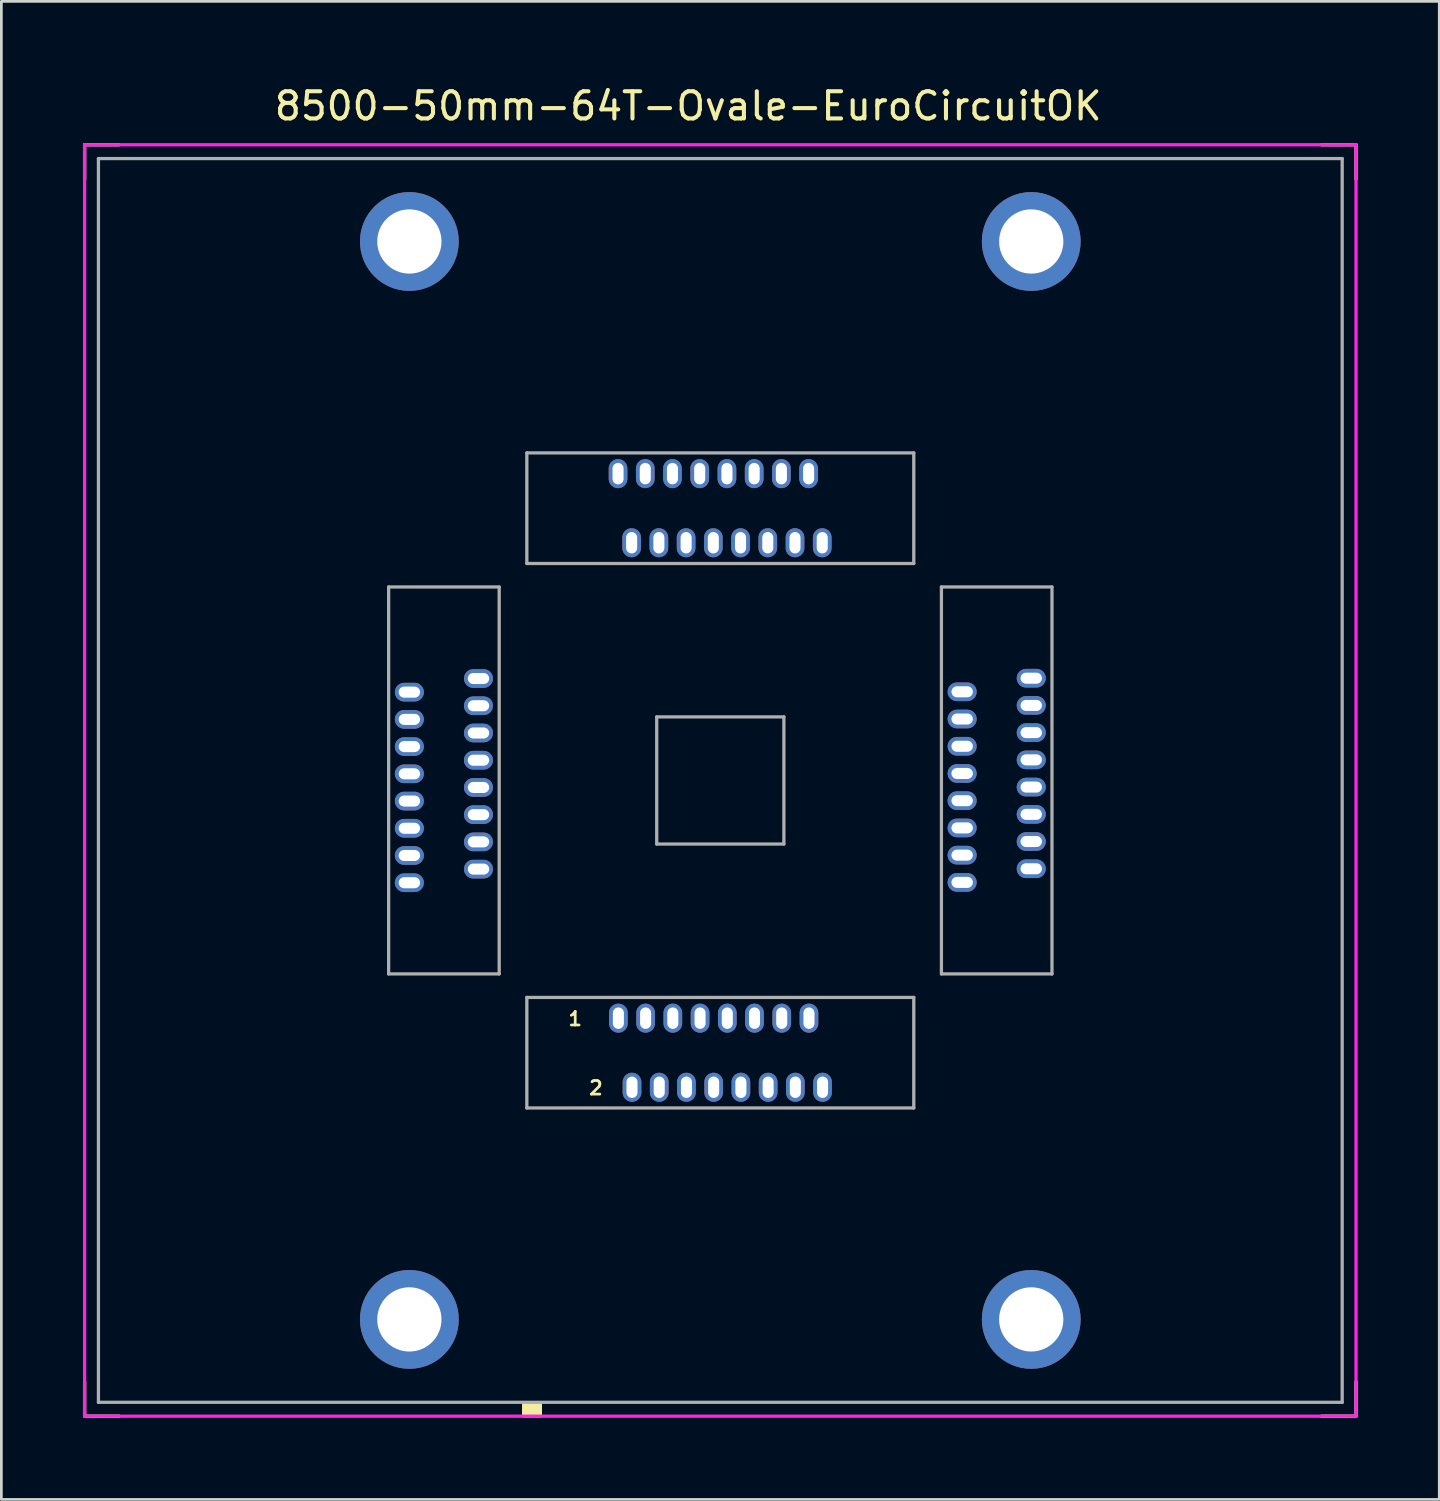
<source format=kicad_pcb>
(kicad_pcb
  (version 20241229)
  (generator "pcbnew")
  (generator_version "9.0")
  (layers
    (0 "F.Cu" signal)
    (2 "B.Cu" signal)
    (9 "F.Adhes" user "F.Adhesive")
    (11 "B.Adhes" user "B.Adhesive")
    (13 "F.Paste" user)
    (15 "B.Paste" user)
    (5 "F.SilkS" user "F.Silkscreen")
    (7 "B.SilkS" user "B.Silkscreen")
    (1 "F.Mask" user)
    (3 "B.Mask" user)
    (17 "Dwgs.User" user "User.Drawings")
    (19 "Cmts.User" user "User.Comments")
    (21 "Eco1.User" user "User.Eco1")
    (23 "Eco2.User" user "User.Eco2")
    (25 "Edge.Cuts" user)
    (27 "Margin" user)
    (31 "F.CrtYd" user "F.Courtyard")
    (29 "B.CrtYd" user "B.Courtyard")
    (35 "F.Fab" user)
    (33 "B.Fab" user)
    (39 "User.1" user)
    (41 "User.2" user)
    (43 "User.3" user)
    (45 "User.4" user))
  (footprint "8500-50mm-64T-Ovale-EuroCircuitOK"
    (layer "F.Cu")
    (at 23.428 25.639)
    (property "Reference" "8500-50mm-64T-Ovale-EuroCircuitOK" (at -1.181 -24.79 0) (layer "F.SilkS") (effects (font (size 1 1) (thickness 0.15))))
    (attr through_hole)
    (fp_line (start -23.368 -23.368) (end -22.098 -23.368) (stroke (width 0.12) (type solid)) (layer "F.SilkS"))
    (fp_line (start -23.368 -22.098) (end -23.368 -23.368) (stroke (width 0.12) (type solid)) (layer "F.SilkS"))
    (fp_line (start -23.368 22.098) (end -23.368 23.368) (stroke (width 0.12) (type solid)) (layer "F.SilkS"))
    (fp_line (start -23.368 23.368) (end -22.098 23.368) (stroke (width 0.12) (type solid)) (layer "F.SilkS"))
    (fp_line (start 22.098 -23.368) (end 23.368 -23.368) (stroke (width 0.12) (type solid)) (layer "F.SilkS"))
    (fp_line (start 22.098 23.368) (end 23.368 23.368) (stroke (width 0.12) (type solid)) (layer "F.SilkS"))
    (fp_line (start 23.368 -23.368) (end 23.368 -22.098) (stroke (width 0.12) (type solid)) (layer "F.SilkS"))
    (fp_line (start 23.368 23.368) (end 23.368 22.098) (stroke (width 0.12) (type solid)) (layer "F.SilkS"))
    (fp_poly (pts (xy -7.239 23.368) (xy -7.239 22.86) (xy -6.604 22.86) (xy -6.604 23.368)) (stroke (width 0.1) (type solid)) (fill yes) (layer "F.SilkS"))
    (fp_line (start -23.368 -23.368) (end -23.368 23.368) (stroke (width 0.12) (type solid)) (layer "F.CrtYd"))
    (fp_line (start -23.368 23.368) (end 23.368 23.368) (stroke (width 0.12) (type solid)) (layer "F.CrtYd"))
    (fp_line (start 23.368 -23.368) (end -23.368 -23.368) (stroke (width 0.12) (type solid)) (layer "F.CrtYd"))
    (fp_line (start 23.368 23.368) (end 23.368 -23.368) (stroke (width 0.12) (type solid)) (layer "F.CrtYd"))
    (fp_line (start -22.86 -22.86) (end -22.86 22.86) (stroke (width 0.12) (type solid)) (layer "F.Fab"))
    (fp_line (start -22.86 22.86) (end 22.86 22.86) (stroke (width 0.12) (type solid)) (layer "F.Fab"))
    (fp_line (start -12.192 -7.112) (end -12.192 7.112) (stroke (width 0.12) (type solid)) (layer "F.Fab"))
    (fp_line (start -8.128 -7.112) (end -12.192 -7.112) (stroke (width 0.12) (type solid)) (layer "F.Fab"))
    (fp_line (start -8.128 -7.112) (end -8.128 7.112) (stroke (width 0.12) (type solid)) (layer "F.Fab"))
    (fp_line (start -8.128 7.112) (end -12.192 7.112) (stroke (width 0.12) (type solid)) (layer "F.Fab"))
    (fp_line (start -7.112 -7.976) (end -7.112 -12.04) (stroke (width 0.12) (type solid)) (layer "F.Fab"))
    (fp_line (start -7.112 7.976) (end -7.112 12.04) (stroke (width 0.12) (type solid)) (layer "F.Fab"))
    (fp_line (start -7.112 7.976) (end 7.112 7.976) (stroke (width 0.12) (type solid)) (layer "F.Fab"))
    (fp_line (start -7.112 12.04) (end 7.112 12.04) (stroke (width 0.12) (type solid)) (layer "F.Fab"))
    (fp_line (start -2.337 -2.337) (end -2.337 2.337) (stroke (width 0.12) (type solid)) (layer "F.Fab"))
    (fp_line (start -2.337 2.337) (end 2.337 2.337) (stroke (width 0.12) (type solid)) (layer "F.Fab"))
    (fp_line (start 2.337 -2.337) (end -2.337 -2.337) (stroke (width 0.12) (type solid)) (layer "F.Fab"))
    (fp_line (start 2.337 2.337) (end 2.337 -2.337) (stroke (width 0.12) (type solid)) (layer "F.Fab"))
    (fp_line (start 7.112 -12.04) (end -7.112 -12.04) (stroke (width 0.12) (type solid)) (layer "F.Fab"))
    (fp_line (start 7.112 -7.976) (end -7.112 -7.976) (stroke (width 0.12) (type solid)) (layer "F.Fab"))
    (fp_line (start 7.112 -7.976) (end 7.112 -12.04) (stroke (width 0.12) (type solid)) (layer "F.Fab"))
    (fp_line (start 7.112 7.976) (end 7.112 12.04) (stroke (width 0.12) (type solid)) (layer "F.Fab"))
    (fp_line (start 8.128 -7.112) (end 12.192 -7.112) (stroke (width 0.12) (type solid)) (layer "F.Fab"))
    (fp_line (start 8.128 7.112) (end 8.128 -7.112) (stroke (width 0.12) (type solid)) (layer "F.Fab"))
    (fp_line (start 8.128 7.112) (end 12.192 7.112) (stroke (width 0.12) (type solid)) (layer "F.Fab"))
    (fp_line (start 12.192 7.112) (end 12.192 -7.112) (stroke (width 0.12) (type solid)) (layer "F.Fab"))
    (fp_line (start 22.86 -22.86) (end -22.86 -22.86) (stroke (width 0.12) (type solid)) (layer "F.Fab"))
    (fp_line (start 22.86 22.86) (end 22.86 -22.86) (stroke (width 0.12) (type solid)) (layer "F.Fab"))
    (fp_text user "2" (at -4.572 11.303 0) (layer "F.SilkS") (effects (font (size 0.5 0.5) (thickness 0.1))))
    (fp_text user "1" (at -5.334 8.763 0) (layer "F.SilkS") (effects (font (size 0.5 0.5) (thickness 0.1))))
    (pad "1" thru_hole oval (at -3.747 8.738) (size 0.686 1.067) (drill oval 0.406 0.787) (layers "*.Cu" "*.Mask"))
    (pad "2" thru_hole oval (at -3.246 11.278) (size 0.686 1.067) (drill oval 0.406 0.787) (layers "*.Cu" "*.Mask"))
    (pad "3" thru_hole oval (at -2.746 8.738) (size 0.686 1.067) (drill oval 0.406 0.787) (layers "*.Cu" "*.Mask"))
    (pad "4" thru_hole oval (at -2.245 11.278) (size 0.686 1.067) (drill oval 0.406 0.787) (layers "*.Cu" "*.Mask"))
    (pad "5" thru_hole oval (at -1.745 8.738) (size 0.686 1.067) (drill oval 0.406 0.787) (layers "*.Cu" "*.Mask"))
    (pad "6" thru_hole oval (at -1.245 11.278) (size 0.686 1.067) (drill oval 0.406 0.787) (layers "*.Cu" "*.Mask"))
    (pad "7" thru_hole oval (at -0.744 8.738) (size 0.686 1.067) (drill oval 0.406 0.787) (layers "*.Cu" "*.Mask"))
    (pad "8" thru_hole oval (at -0.244 11.278) (size 0.686 1.067) (drill oval 0.406 0.787) (layers "*.Cu" "*.Mask"))
    (pad "9" thru_hole oval (at 0.257 8.738) (size 0.686 1.067) (drill oval 0.406 0.787) (layers "*.Cu" "*.Mask"))
    (pad "10" thru_hole oval (at 0.757 11.278) (size 0.686 1.067) (drill oval 0.406 0.787) (layers "*.Cu" "*.Mask"))
    (pad "11" thru_hole oval (at 1.257 8.738) (size 0.686 1.067) (drill oval 0.406 0.787) (layers "*.Cu" "*.Mask"))
    (pad "12" thru_hole oval (at 1.758 11.278) (size 0.686 1.067) (drill oval 0.406 0.787) (layers "*.Cu" "*.Mask"))
    (pad "13" thru_hole oval (at 2.258 8.738) (size 0.686 1.067) (drill oval 0.406 0.787) (layers "*.Cu" "*.Mask"))
    (pad "14" thru_hole oval (at 2.758 11.278) (size 0.686 1.067) (drill oval 0.406 0.787) (layers "*.Cu" "*.Mask"))
    (pad "15" thru_hole oval (at 3.259 8.738) (size 0.686 1.067) (drill oval 0.406 0.787) (layers "*.Cu" "*.Mask"))
    (pad "16" thru_hole oval (at 3.759 11.278) (size 0.686 1.067) (drill oval 0.406 0.787) (layers "*.Cu" "*.Mask"))
    (pad "17" thru_hole oval (at 8.89 3.747 90) (size 0.686 1.067) (drill oval 0.406 0.787) (layers "*.Cu" "*.Mask"))
    (pad "18" thru_hole oval (at 11.43 3.246 90) (size 0.686 1.067) (drill oval 0.406 0.787) (layers "*.Cu" "*.Mask"))
    (pad "19" thru_hole oval (at 8.89 2.746 90) (size 0.686 1.067) (drill oval 0.406 0.787) (layers "*.Cu" "*.Mask"))
    (pad "20" thru_hole oval (at 11.43 2.245 90) (size 0.686 1.067) (drill oval 0.406 0.787) (layers "*.Cu" "*.Mask"))
    (pad "21" thru_hole oval (at 8.89 1.745 90) (size 0.686 1.067) (drill oval 0.406 0.787) (layers "*.Cu" "*.Mask"))
    (pad "22" thru_hole oval (at 11.43 1.245 90) (size 0.686 1.067) (drill oval 0.406 0.787) (layers "*.Cu" "*.Mask"))
    (pad "23" thru_hole oval (at 8.89 0.744 90) (size 0.686 1.067) (drill oval 0.406 0.787) (layers "*.Cu" "*.Mask"))
    (pad "24" thru_hole oval (at 11.43 0.244 90) (size 0.686 1.067) (drill oval 0.406 0.787) (layers "*.Cu" "*.Mask"))
    (pad "25" thru_hole oval (at 8.89 -0.257 90) (size 0.686 1.067) (drill oval 0.406 0.787) (layers "*.Cu" "*.Mask"))
    (pad "26" thru_hole oval (at 11.43 -0.757 90) (size 0.686 1.067) (drill oval 0.406 0.787) (layers "*.Cu" "*.Mask"))
    (pad "27" thru_hole oval (at 8.89 -1.257 90) (size 0.686 1.067) (drill oval 0.406 0.787) (layers "*.Cu" "*.Mask"))
    (pad "28" thru_hole oval (at 11.43 -1.758 90) (size 0.686 1.067) (drill oval 0.406 0.787) (layers "*.Cu" "*.Mask"))
    (pad "29" thru_hole oval (at 8.89 -2.258 90) (size 0.686 1.067) (drill oval 0.406 0.787) (layers "*.Cu" "*.Mask"))
    (pad "30" thru_hole oval (at 11.43 -2.758 90) (size 0.686 1.067) (drill oval 0.406 0.787) (layers "*.Cu" "*.Mask"))
    (pad "31" thru_hole oval (at 8.89 -3.259 90) (size 0.686 1.067) (drill oval 0.406 0.787) (layers "*.Cu" "*.Mask"))
    (pad "32" thru_hole oval (at 11.43 -3.759 90) (size 0.686 1.067) (drill oval 0.406 0.787) (layers "*.Cu" "*.Mask"))
    (pad "33" thru_hole oval (at 3.747 -8.738) (size 0.686 1.067) (drill oval 0.406 0.787) (layers "*.Cu" "*.Mask"))
    (pad "34" thru_hole oval (at 3.246 -11.278) (size 0.686 1.067) (drill oval 0.406 0.787) (layers "*.Cu" "*.Mask"))
    (pad "35" thru_hole oval (at 2.746 -8.738) (size 0.686 1.067) (drill oval 0.406 0.787) (layers "*.Cu" "*.Mask"))
    (pad "36" thru_hole oval (at 2.245 -11.278) (size 0.686 1.067) (drill oval 0.406 0.787) (layers "*.Cu" "*.Mask"))
    (pad "37" thru_hole oval (at 1.745 -8.738) (size 0.686 1.067) (drill oval 0.406 0.787) (layers "*.Cu" "*.Mask"))
    (pad "38" thru_hole oval (at 1.245 -11.278) (size 0.686 1.067) (drill oval 0.406 0.787) (layers "*.Cu" "*.Mask"))
    (pad "39" thru_hole oval (at 0.744 -8.738) (size 0.686 1.067) (drill oval 0.406 0.787) (layers "*.Cu" "*.Mask"))
    (pad "40" thru_hole oval (at 0.244 -11.278) (size 0.686 1.067) (drill oval 0.406 0.787) (layers "*.Cu" "*.Mask"))
    (pad "41" thru_hole oval (at -0.257 -8.738) (size 0.686 1.067) (drill oval 0.406 0.787) (layers "*.Cu" "*.Mask"))
    (pad "42" thru_hole oval (at -0.757 -11.278) (size 0.686 1.067) (drill oval 0.406 0.787) (layers "*.Cu" "*.Mask"))
    (pad "43" thru_hole oval (at -1.257 -8.738) (size 0.686 1.067) (drill oval 0.406 0.787) (layers "*.Cu" "*.Mask"))
    (pad "44" thru_hole oval (at -1.758 -11.278) (size 0.686 1.067) (drill oval 0.406 0.787) (layers "*.Cu" "*.Mask"))
    (pad "45" thru_hole oval (at -2.258 -8.738) (size 0.686 1.067) (drill oval 0.406 0.787) (layers "*.Cu" "*.Mask"))
    (pad "46" thru_hole oval (at -2.758 -11.278) (size 0.686 1.067) (drill oval 0.406 0.787) (layers "*.Cu" "*.Mask"))
    (pad "47" thru_hole oval (at -3.259 -8.738) (size 0.686 1.067) (drill oval 0.406 0.787) (layers "*.Cu" "*.Mask"))
    (pad "48" thru_hole oval (at -3.759 -11.278) (size 0.686 1.067) (drill oval 0.406 0.787) (layers "*.Cu" "*.Mask"))
    (pad "49" thru_hole oval (at -8.89 -3.747 90) (size 0.686 1.067) (drill oval 0.406 0.787) (layers "*.Cu" "*.Mask"))
    (pad "50" thru_hole oval (at -11.43 -3.246 90) (size 0.686 1.067) (drill oval 0.406 0.787) (layers "*.Cu" "*.Mask"))
    (pad "51" thru_hole oval (at -8.89 -2.746 90) (size 0.686 1.067) (drill oval 0.406 0.787) (layers "*.Cu" "*.Mask"))
    (pad "52" thru_hole oval (at -11.43 -2.245 90) (size 0.686 1.067) (drill oval 0.406 0.787) (layers "*.Cu" "*.Mask"))
    (pad "53" thru_hole oval (at -8.89 -1.745 90) (size 0.686 1.067) (drill oval 0.406 0.787) (layers "*.Cu" "*.Mask"))
    (pad "54" thru_hole oval (at -11.43 -1.245 90) (size 0.686 1.067) (drill oval 0.406 0.787) (layers "*.Cu" "*.Mask"))
    (pad "55" thru_hole oval (at -8.89 -0.744 90) (size 0.686 1.067) (drill oval 0.406 0.787) (layers "*.Cu" "*.Mask"))
    (pad "56" thru_hole oval (at -11.43 -0.244 90) (size 0.686 1.067) (drill oval 0.406 0.787) (layers "*.Cu" "*.Mask"))
    (pad "57" thru_hole oval (at -8.89 0.257 90) (size 0.686 1.067) (drill oval 0.406 0.787) (layers "*.Cu" "*.Mask"))
    (pad "58" thru_hole oval (at -11.43 0.757 90) (size 0.686 1.067) (drill oval 0.406 0.787) (layers "*.Cu" "*.Mask"))
    (pad "59" thru_hole oval (at -8.89 1.257 90) (size 0.686 1.067) (drill oval 0.406 0.787) (layers "*.Cu" "*.Mask"))
    (pad "60" thru_hole oval (at -11.43 1.758 90) (size 0.686 1.067) (drill oval 0.406 0.787) (layers "*.Cu" "*.Mask"))
    (pad "61" thru_hole oval (at -8.89 2.258 90) (size 0.686 1.067) (drill oval 0.406 0.787) (layers "*.Cu" "*.Mask"))
    (pad "62" thru_hole oval (at -11.43 2.758 90) (size 0.686 1.067) (drill oval 0.406 0.787) (layers "*.Cu" "*.Mask"))
    (pad "63" thru_hole oval (at -8.89 3.259 90) (size 0.686 1.067) (drill oval 0.406 0.787) (layers "*.Cu" "*.Mask"))
    (pad "64" thru_hole oval (at -11.43 3.759 90) (size 0.686 1.067) (drill oval 0.406 0.787) (layers "*.Cu" "*.Mask"))
    (pad "65" thru_hole circle (at -11.43 19.812) (size 3.632 3.632) (drill 2.362) (layers "*.Cu" "*.Mask"))
    (pad "66" thru_hole circle (at 11.43 19.812) (size 3.632 3.632) (drill 2.362) (layers "*.Cu" "*.Mask"))
    (pad "67" thru_hole circle (at 11.43 -19.812) (size 3.632 3.632) (drill 2.362) (layers "*.Cu" "*.Mask"))
    (pad "68" thru_hole circle (at -11.43 -19.812) (size 3.632 3.632) (drill 2.362) (layers "*.Cu" "*.Mask")))
  (gr_rect
    (start -3 -3)
    (end 49.856 52.067)
    (stroke (width 0.1) (type default))
    (fill no)
    (layer "Edge.Cuts")))
</source>
